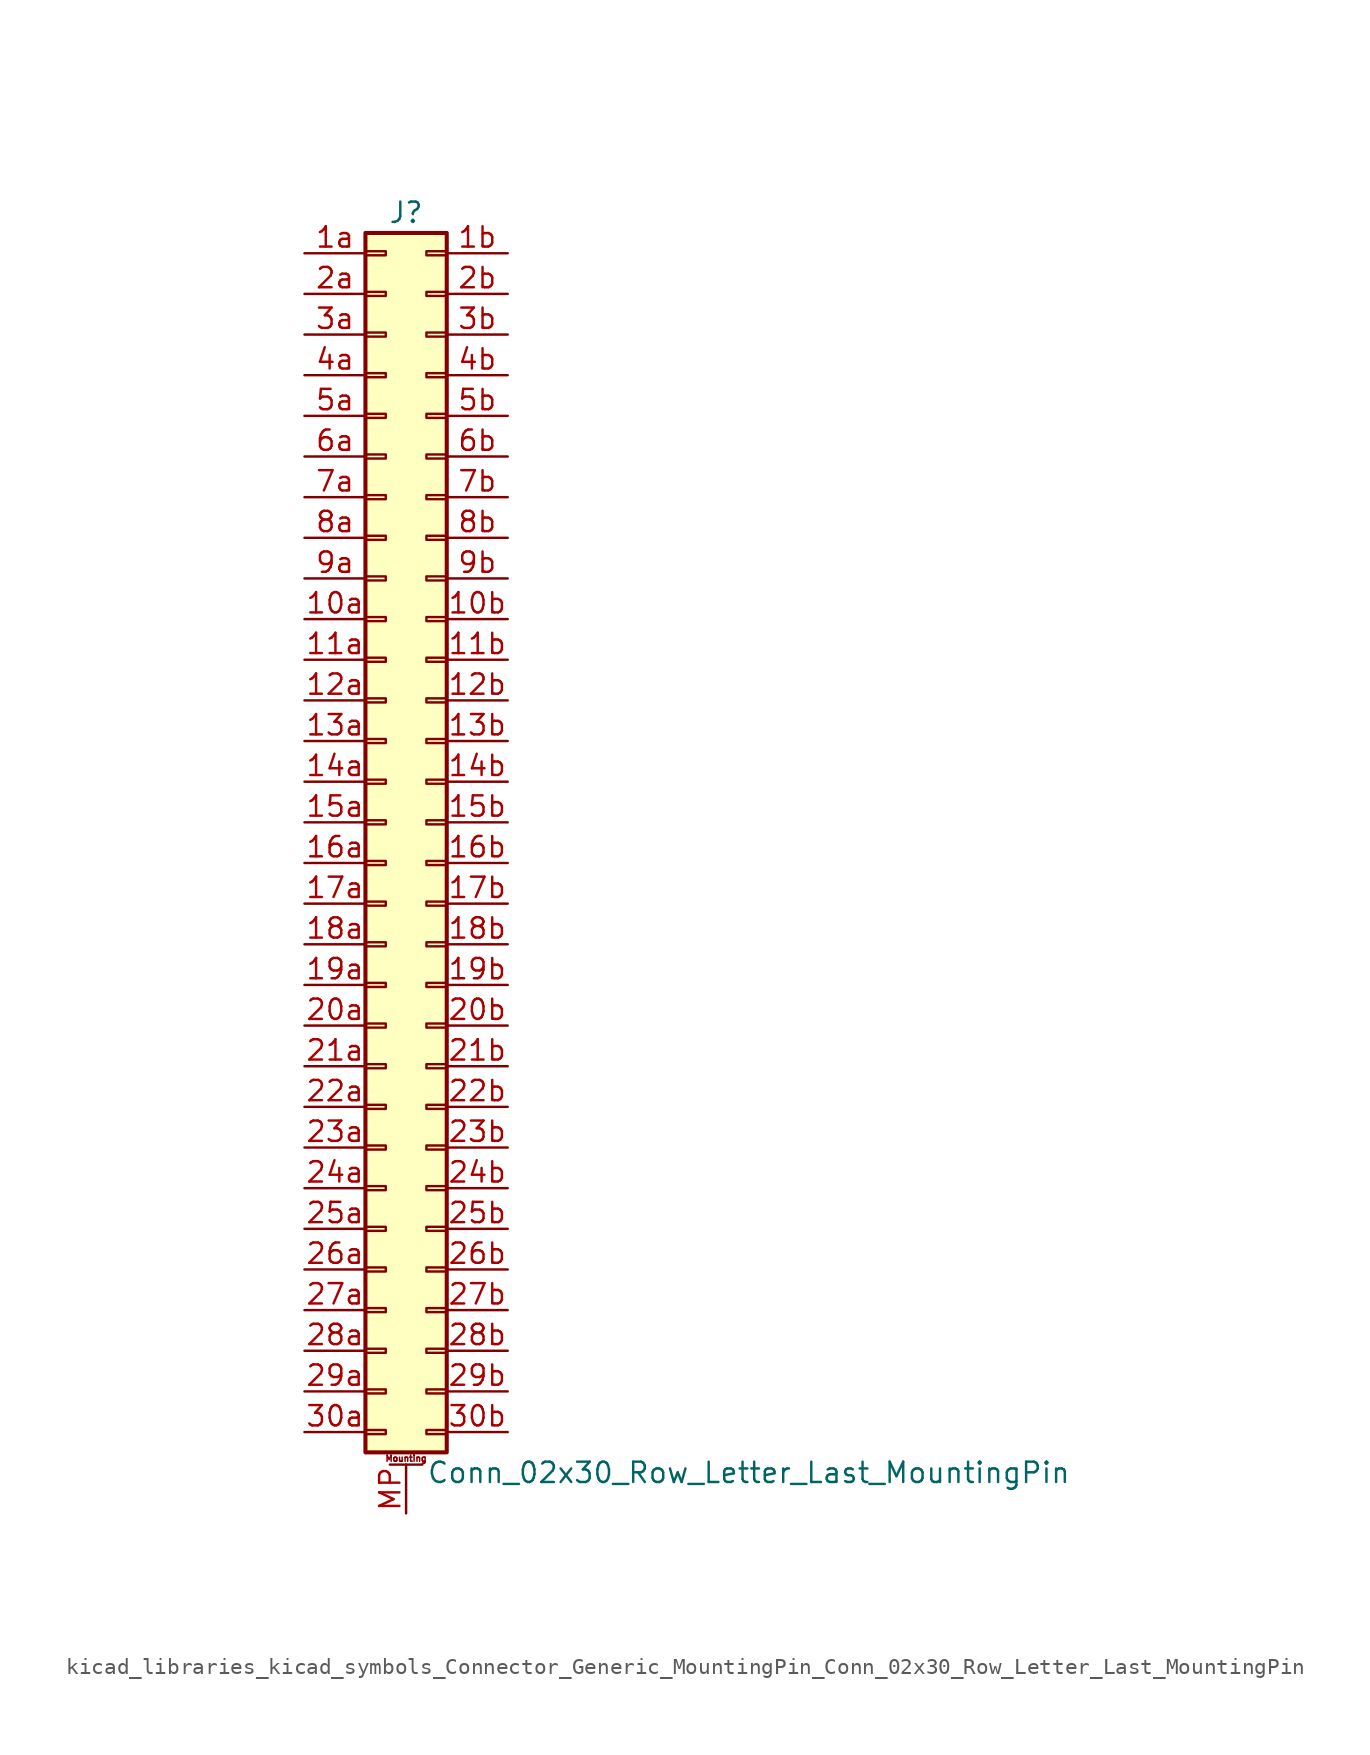
<source format=kicad_sym>
(kicad_symbol_lib
  (version 20220914)
  (generator kicad_symbol_editor)
  (symbol "kicad_libraries_kicad_symbols_Connector_Generic_MountingPin_Conn_02x30_Row_Letter_Last_MountingPin"
    (pin_names
      (offset 1.016) hide)
    (property "Reference" "J"
      (at 1.27 38.1 0)
      (effects (font (size 1.27 1.27))))
    (property "Value" "Conn_02x30_Row_Letter_Last_MountingPin"
      (at 2.54 -40.64 0)
      (effects (font (size 1.27 1.27)) (justify left)))
    (symbol "kicad_libraries_kicad_symbols_Connector_Generic_MountingPin_Conn_02x30_Row_Letter_Last_MountingPin_1_1"
      (rectangle (start -1.27 -37.973) (end 0 -38.227) (stroke (width 0.152) (type default)) (fill (type none)))
      (rectangle (start -1.27 -35.433) (end 0 -35.687) (stroke (width 0.152) (type default)) (fill (type none)))
      (rectangle (start -1.27 -32.893) (end 0 -33.147) (stroke (width 0.152) (type default)) (fill (type none)))
      (rectangle (start -1.27 -30.353) (end 0 -30.607) (stroke (width 0.152) (type default)) (fill (type none)))
      (rectangle (start -1.27 -27.813) (end 0 -28.067) (stroke (width 0.152) (type default)) (fill (type none)))
      (rectangle (start -1.27 -25.273) (end 0 -25.527) (stroke (width 0.152) (type default)) (fill (type none)))
      (rectangle (start -1.27 -22.733) (end 0 -22.987) (stroke (width 0.152) (type default)) (fill (type none)))
      (rectangle (start -1.27 -20.193) (end 0 -20.447) (stroke (width 0.152) (type default)) (fill (type none)))
      (rectangle (start -1.27 -17.653) (end 0 -17.907) (stroke (width 0.152) (type default)) (fill (type none)))
      (rectangle (start -1.27 -15.113) (end 0 -15.367) (stroke (width 0.152) (type default)) (fill (type none)))
      (rectangle (start -1.27 -12.573) (end 0 -12.827) (stroke (width 0.152) (type default)) (fill (type none)))
      (rectangle (start -1.27 -10.033) (end 0 -10.287) (stroke (width 0.152) (type default)) (fill (type none)))
      (rectangle (start -1.27 -7.493) (end 0 -7.747) (stroke (width 0.152) (type default)) (fill (type none)))
      (rectangle (start -1.27 -4.953) (end 0 -5.207) (stroke (width 0.152) (type default)) (fill (type none)))
      (rectangle (start -1.27 -2.413) (end 0 -2.667) (stroke (width 0.152) (type default)) (fill (type none)))
      (rectangle (start -1.27 0.127) (end 0 -0.127) (stroke (width 0.152) (type default)) (fill (type none)))
      (rectangle (start -1.27 2.667) (end 0 2.413) (stroke (width 0.152) (type default)) (fill (type none)))
      (rectangle (start -1.27 5.207) (end 0 4.953) (stroke (width 0.152) (type default)) (fill (type none)))
      (rectangle (start -1.27 7.747) (end 0 7.493) (stroke (width 0.152) (type default)) (fill (type none)))
      (rectangle (start -1.27 10.287) (end 0 10.033) (stroke (width 0.152) (type default)) (fill (type none)))
      (rectangle (start -1.27 12.827) (end 0 12.573) (stroke (width 0.152) (type default)) (fill (type none)))
      (rectangle (start -1.27 15.367) (end 0 15.113) (stroke (width 0.152) (type default)) (fill (type none)))
      (rectangle (start -1.27 17.907) (end 0 17.653) (stroke (width 0.152) (type default)) (fill (type none)))
      (rectangle (start -1.27 20.447) (end 0 20.193) (stroke (width 0.152) (type default)) (fill (type none)))
      (rectangle (start -1.27 22.987) (end 0 22.733) (stroke (width 0.152) (type default)) (fill (type none)))
      (rectangle (start -1.27 25.527) (end 0 25.273) (stroke (width 0.152) (type default)) (fill (type none)))
      (rectangle (start -1.27 28.067) (end 0 27.813) (stroke (width 0.152) (type default)) (fill (type none)))
      (rectangle (start -1.27 30.607) (end 0 30.353) (stroke (width 0.152) (type default)) (fill (type none)))
      (rectangle (start -1.27 33.147) (end 0 32.893) (stroke (width 0.152) (type default)) (fill (type none)))
      (rectangle (start -1.27 35.687) (end 0 35.433) (stroke (width 0.152) (type default)) (fill (type none)))
      (rectangle (start -1.27 36.83) (end 3.81 -39.37) (stroke (width 0.254) (type default)) (fill (type background)))
      (polyline (pts (xy 0.254 -40.132) (xy 2.286 -40.132)) (stroke (width 0.152) (type default)) (fill (type none)))
      (rectangle (start 3.81 -37.973) (end 2.54 -38.227) (stroke (width 0.152) (type default)) (fill (type none)))
      (rectangle (start 3.81 -35.433) (end 2.54 -35.687) (stroke (width 0.152) (type default)) (fill (type none)))
      (rectangle (start 3.81 -32.893) (end 2.54 -33.147) (stroke (width 0.152) (type default)) (fill (type none)))
      (rectangle (start 3.81 -30.353) (end 2.54 -30.607) (stroke (width 0.152) (type default)) (fill (type none)))
      (rectangle (start 3.81 -27.813) (end 2.54 -28.067) (stroke (width 0.152) (type default)) (fill (type none)))
      (rectangle (start 3.81 -25.273) (end 2.54 -25.527) (stroke (width 0.152) (type default)) (fill (type none)))
      (rectangle (start 3.81 -22.733) (end 2.54 -22.987) (stroke (width 0.152) (type default)) (fill (type none)))
      (rectangle (start 3.81 -20.193) (end 2.54 -20.447) (stroke (width 0.152) (type default)) (fill (type none)))
      (rectangle (start 3.81 -17.653) (end 2.54 -17.907) (stroke (width 0.152) (type default)) (fill (type none)))
      (rectangle (start 3.81 -15.113) (end 2.54 -15.367) (stroke (width 0.152) (type default)) (fill (type none)))
      (rectangle (start 3.81 -12.573) (end 2.54 -12.827) (stroke (width 0.152) (type default)) (fill (type none)))
      (rectangle (start 3.81 -10.033) (end 2.54 -10.287) (stroke (width 0.152) (type default)) (fill (type none)))
      (rectangle (start 3.81 -7.493) (end 2.54 -7.747) (stroke (width 0.152) (type default)) (fill (type none)))
      (rectangle (start 3.81 -4.953) (end 2.54 -5.207) (stroke (width 0.152) (type default)) (fill (type none)))
      (rectangle (start 3.81 -2.413) (end 2.54 -2.667) (stroke (width 0.152) (type default)) (fill (type none)))
      (rectangle (start 3.81 0.127) (end 2.54 -0.127) (stroke (width 0.152) (type default)) (fill (type none)))
      (rectangle (start 3.81 2.667) (end 2.54 2.413) (stroke (width 0.152) (type default)) (fill (type none)))
      (rectangle (start 3.81 5.207) (end 2.54 4.953) (stroke (width 0.152) (type default)) (fill (type none)))
      (rectangle (start 3.81 7.747) (end 2.54 7.493) (stroke (width 0.152) (type default)) (fill (type none)))
      (rectangle (start 3.81 10.287) (end 2.54 10.033) (stroke (width 0.152) (type default)) (fill (type none)))
      (rectangle (start 3.81 12.827) (end 2.54 12.573) (stroke (width 0.152) (type default)) (fill (type none)))
      (rectangle (start 3.81 15.367) (end 2.54 15.113) (stroke (width 0.152) (type default)) (fill (type none)))
      (rectangle (start 3.81 17.907) (end 2.54 17.653) (stroke (width 0.152) (type default)) (fill (type none)))
      (rectangle (start 3.81 20.447) (end 2.54 20.193) (stroke (width 0.152) (type default)) (fill (type none)))
      (rectangle (start 3.81 22.987) (end 2.54 22.733) (stroke (width 0.152) (type default)) (fill (type none)))
      (rectangle (start 3.81 25.527) (end 2.54 25.273) (stroke (width 0.152) (type default)) (fill (type none)))
      (rectangle (start 3.81 28.067) (end 2.54 27.813) (stroke (width 0.152) (type default)) (fill (type none)))
      (rectangle (start 3.81 30.607) (end 2.54 30.353) (stroke (width 0.152) (type default)) (fill (type none)))
      (rectangle (start 3.81 33.147) (end 2.54 32.893) (stroke (width 0.152) (type default)) (fill (type none)))
      (rectangle (start 3.81 35.687) (end 2.54 35.433) (stroke (width 0.152) (type default)) (fill (type none)))
      (text "Mounting" (at 1.27 -39.751 0) (effects (font (size 0.381 0.381))))
      (pin passive line (at -5.08 12.7 0) (length 3.81) (name "Pin_10a" (effects (font (size 1.27 1.27)))) (number "10a" (effects (font (size 1.27 1.27)))))
      (pin passive line (at 7.62 12.7 180) (length 3.81) (name "Pin_10b" (effects (font (size 1.27 1.27)))) (number "10b" (effects (font (size 1.27 1.27)))))
      (pin passive line (at -5.08 10.16 0) (length 3.81) (name "Pin_11a" (effects (font (size 1.27 1.27)))) (number "11a" (effects (font (size 1.27 1.27)))))
      (pin passive line (at 7.62 10.16 180) (length 3.81) (name "Pin_11b" (effects (font (size 1.27 1.27)))) (number "11b" (effects (font (size 1.27 1.27)))))
      (pin passive line (at -5.08 7.62 0) (length 3.81) (name "Pin_12a" (effects (font (size 1.27 1.27)))) (number "12a" (effects (font (size 1.27 1.27)))))
      (pin passive line (at 7.62 7.62 180) (length 3.81) (name "Pin_12b" (effects (font (size 1.27 1.27)))) (number "12b" (effects (font (size 1.27 1.27)))))
      (pin passive line (at -5.08 5.08 0) (length 3.81) (name "Pin_13a" (effects (font (size 1.27 1.27)))) (number "13a" (effects (font (size 1.27 1.27)))))
      (pin passive line (at 7.62 5.08 180) (length 3.81) (name "Pin_13b" (effects (font (size 1.27 1.27)))) (number "13b" (effects (font (size 1.27 1.27)))))
      (pin passive line (at -5.08 2.54 0) (length 3.81) (name "Pin_14a" (effects (font (size 1.27 1.27)))) (number "14a" (effects (font (size 1.27 1.27)))))
      (pin passive line (at 7.62 2.54 180) (length 3.81) (name "Pin_14b" (effects (font (size 1.27 1.27)))) (number "14b" (effects (font (size 1.27 1.27)))))
      (pin passive line (at -5.08 0 0) (length 3.81) (name "Pin_15a" (effects (font (size 1.27 1.27)))) (number "15a" (effects (font (size 1.27 1.27)))))
      (pin passive line (at 7.62 0 180) (length 3.81) (name "Pin_15b" (effects (font (size 1.27 1.27)))) (number "15b" (effects (font (size 1.27 1.27)))))
      (pin passive line (at -5.08 -2.54 0) (length 3.81) (name "Pin_16a" (effects (font (size 1.27 1.27)))) (number "16a" (effects (font (size 1.27 1.27)))))
      (pin passive line (at 7.62 -2.54 180) (length 3.81) (name "Pin_16b" (effects (font (size 1.27 1.27)))) (number "16b" (effects (font (size 1.27 1.27)))))
      (pin passive line (at -5.08 -5.08 0) (length 3.81) (name "Pin_17a" (effects (font (size 1.27 1.27)))) (number "17a" (effects (font (size 1.27 1.27)))))
      (pin passive line (at 7.62 -5.08 180) (length 3.81) (name "Pin_17b" (effects (font (size 1.27 1.27)))) (number "17b" (effects (font (size 1.27 1.27)))))
      (pin passive line (at -5.08 -7.62 0) (length 3.81) (name "Pin_18a" (effects (font (size 1.27 1.27)))) (number "18a" (effects (font (size 1.27 1.27)))))
      (pin passive line (at 7.62 -7.62 180) (length 3.81) (name "Pin_18b" (effects (font (size 1.27 1.27)))) (number "18b" (effects (font (size 1.27 1.27)))))
      (pin passive line (at -5.08 -10.16 0) (length 3.81) (name "Pin_19a" (effects (font (size 1.27 1.27)))) (number "19a" (effects (font (size 1.27 1.27)))))
      (pin passive line (at 7.62 -10.16 180) (length 3.81) (name "Pin_19b" (effects (font (size 1.27 1.27)))) (number "19b" (effects (font (size 1.27 1.27)))))
      (pin passive line (at -5.08 35.56 0) (length 3.81) (name "Pin_1a" (effects (font (size 1.27 1.27)))) (number "1a" (effects (font (size 1.27 1.27)))))
      (pin passive line (at 7.62 35.56 180) (length 3.81) (name "Pin_1b" (effects (font (size 1.27 1.27)))) (number "1b" (effects (font (size 1.27 1.27)))))
      (pin passive line (at -5.08 -12.7 0) (length 3.81) (name "Pin_20a" (effects (font (size 1.27 1.27)))) (number "20a" (effects (font (size 1.27 1.27)))))
      (pin passive line (at 7.62 -12.7 180) (length 3.81) (name "Pin_20b" (effects (font (size 1.27 1.27)))) (number "20b" (effects (font (size 1.27 1.27)))))
      (pin passive line (at -5.08 -15.24 0) (length 3.81) (name "Pin_21a" (effects (font (size 1.27 1.27)))) (number "21a" (effects (font (size 1.27 1.27)))))
      (pin passive line (at 7.62 -15.24 180) (length 3.81) (name "Pin_21b" (effects (font (size 1.27 1.27)))) (number "21b" (effects (font (size 1.27 1.27)))))
      (pin passive line (at -5.08 -17.78 0) (length 3.81) (name "Pin_22a" (effects (font (size 1.27 1.27)))) (number "22a" (effects (font (size 1.27 1.27)))))
      (pin passive line (at 7.62 -17.78 180) (length 3.81) (name "Pin_22b" (effects (font (size 1.27 1.27)))) (number "22b" (effects (font (size 1.27 1.27)))))
      (pin passive line (at -5.08 -20.32 0) (length 3.81) (name "Pin_23a" (effects (font (size 1.27 1.27)))) (number "23a" (effects (font (size 1.27 1.27)))))
      (pin passive line (at 7.62 -20.32 180) (length 3.81) (name "Pin_23b" (effects (font (size 1.27 1.27)))) (number "23b" (effects (font (size 1.27 1.27)))))
      (pin passive line (at -5.08 -22.86 0) (length 3.81) (name "Pin_24a" (effects (font (size 1.27 1.27)))) (number "24a" (effects (font (size 1.27 1.27)))))
      (pin passive line (at 7.62 -22.86 180) (length 3.81) (name "Pin_24b" (effects (font (size 1.27 1.27)))) (number "24b" (effects (font (size 1.27 1.27)))))
      (pin passive line (at -5.08 -25.4 0) (length 3.81) (name "Pin_25a" (effects (font (size 1.27 1.27)))) (number "25a" (effects (font (size 1.27 1.27)))))
      (pin passive line (at 7.62 -25.4 180) (length 3.81) (name "Pin_25b" (effects (font (size 1.27 1.27)))) (number "25b" (effects (font (size 1.27 1.27)))))
      (pin passive line (at -5.08 -27.94 0) (length 3.81) (name "Pin_26a" (effects (font (size 1.27 1.27)))) (number "26a" (effects (font (size 1.27 1.27)))))
      (pin passive line (at 7.62 -27.94 180) (length 3.81) (name "Pin_26b" (effects (font (size 1.27 1.27)))) (number "26b" (effects (font (size 1.27 1.27)))))
      (pin passive line (at -5.08 -30.48 0) (length 3.81) (name "Pin_27a" (effects (font (size 1.27 1.27)))) (number "27a" (effects (font (size 1.27 1.27)))))
      (pin passive line (at 7.62 -30.48 180) (length 3.81) (name "Pin_27b" (effects (font (size 1.27 1.27)))) (number "27b" (effects (font (size 1.27 1.27)))))
      (pin passive line (at -5.08 -33.02 0) (length 3.81) (name "Pin_28a" (effects (font (size 1.27 1.27)))) (number "28a" (effects (font (size 1.27 1.27)))))
      (pin passive line (at 7.62 -33.02 180) (length 3.81) (name "Pin_28b" (effects (font (size 1.27 1.27)))) (number "28b" (effects (font (size 1.27 1.27)))))
      (pin passive line (at -5.08 -35.56 0) (length 3.81) (name "Pin_29a" (effects (font (size 1.27 1.27)))) (number "29a" (effects (font (size 1.27 1.27)))))
      (pin passive line (at 7.62 -35.56 180) (length 3.81) (name "Pin_29b" (effects (font (size 1.27 1.27)))) (number "29b" (effects (font (size 1.27 1.27)))))
      (pin passive line (at -5.08 33.02 0) (length 3.81) (name "Pin_2a" (effects (font (size 1.27 1.27)))) (number "2a" (effects (font (size 1.27 1.27)))))
      (pin passive line (at 7.62 33.02 180) (length 3.81) (name "Pin_2b" (effects (font (size 1.27 1.27)))) (number "2b" (effects (font (size 1.27 1.27)))))
      (pin passive line (at -5.08 -38.1 0) (length 3.81) (name "Pin_30a" (effects (font (size 1.27 1.27)))) (number "30a" (effects (font (size 1.27 1.27)))))
      (pin passive line (at 7.62 -38.1 180) (length 3.81) (name "Pin_30b" (effects (font (size 1.27 1.27)))) (number "30b" (effects (font (size 1.27 1.27)))))
      (pin passive line (at -5.08 30.48 0) (length 3.81) (name "Pin_3a" (effects (font (size 1.27 1.27)))) (number "3a" (effects (font (size 1.27 1.27)))))
      (pin passive line (at 7.62 30.48 180) (length 3.81) (name "Pin_3b" (effects (font (size 1.27 1.27)))) (number "3b" (effects (font (size 1.27 1.27)))))
      (pin passive line (at -5.08 27.94 0) (length 3.81) (name "Pin_4a" (effects (font (size 1.27 1.27)))) (number "4a" (effects (font (size 1.27 1.27)))))
      (pin passive line (at 7.62 27.94 180) (length 3.81) (name "Pin_4b" (effects (font (size 1.27 1.27)))) (number "4b" (effects (font (size 1.27 1.27)))))
      (pin passive line (at -5.08 25.4 0) (length 3.81) (name "Pin_5a" (effects (font (size 1.27 1.27)))) (number "5a" (effects (font (size 1.27 1.27)))))
      (pin passive line (at 7.62 25.4 180) (length 3.81) (name "Pin_5b" (effects (font (size 1.27 1.27)))) (number "5b" (effects (font (size 1.27 1.27)))))
      (pin passive line (at -5.08 22.86 0) (length 3.81) (name "Pin_6a" (effects (font (size 1.27 1.27)))) (number "6a" (effects (font (size 1.27 1.27)))))
      (pin passive line (at 7.62 22.86 180) (length 3.81) (name "Pin_6b" (effects (font (size 1.27 1.27)))) (number "6b" (effects (font (size 1.27 1.27)))))
      (pin passive line (at -5.08 20.32 0) (length 3.81) (name "Pin_7a" (effects (font (size 1.27 1.27)))) (number "7a" (effects (font (size 1.27 1.27)))))
      (pin passive line (at 7.62 20.32 180) (length 3.81) (name "Pin_7b" (effects (font (size 1.27 1.27)))) (number "7b" (effects (font (size 1.27 1.27)))))
      (pin passive line (at -5.08 17.78 0) (length 3.81) (name "Pin_8a" (effects (font (size 1.27 1.27)))) (number "8a" (effects (font (size 1.27 1.27)))))
      (pin passive line (at 7.62 17.78 180) (length 3.81) (name "Pin_8b" (effects (font (size 1.27 1.27)))) (number "8b" (effects (font (size 1.27 1.27)))))
      (pin passive line (at -5.08 15.24 0) (length 3.81) (name "Pin_9a" (effects (font (size 1.27 1.27)))) (number "9a" (effects (font (size 1.27 1.27)))))
      (pin passive line (at 7.62 15.24 180) (length 3.81) (name "Pin_9b" (effects (font (size 1.27 1.27)))) (number "9b" (effects (font (size 1.27 1.27)))))
      (pin passive line (at 1.27 -43.18 90) (length 3.048) (name "MountPin" (effects (font (size 1.27 1.27)))) (number "MP" (effects (font (size 1.27 1.27))))))))
</source>
